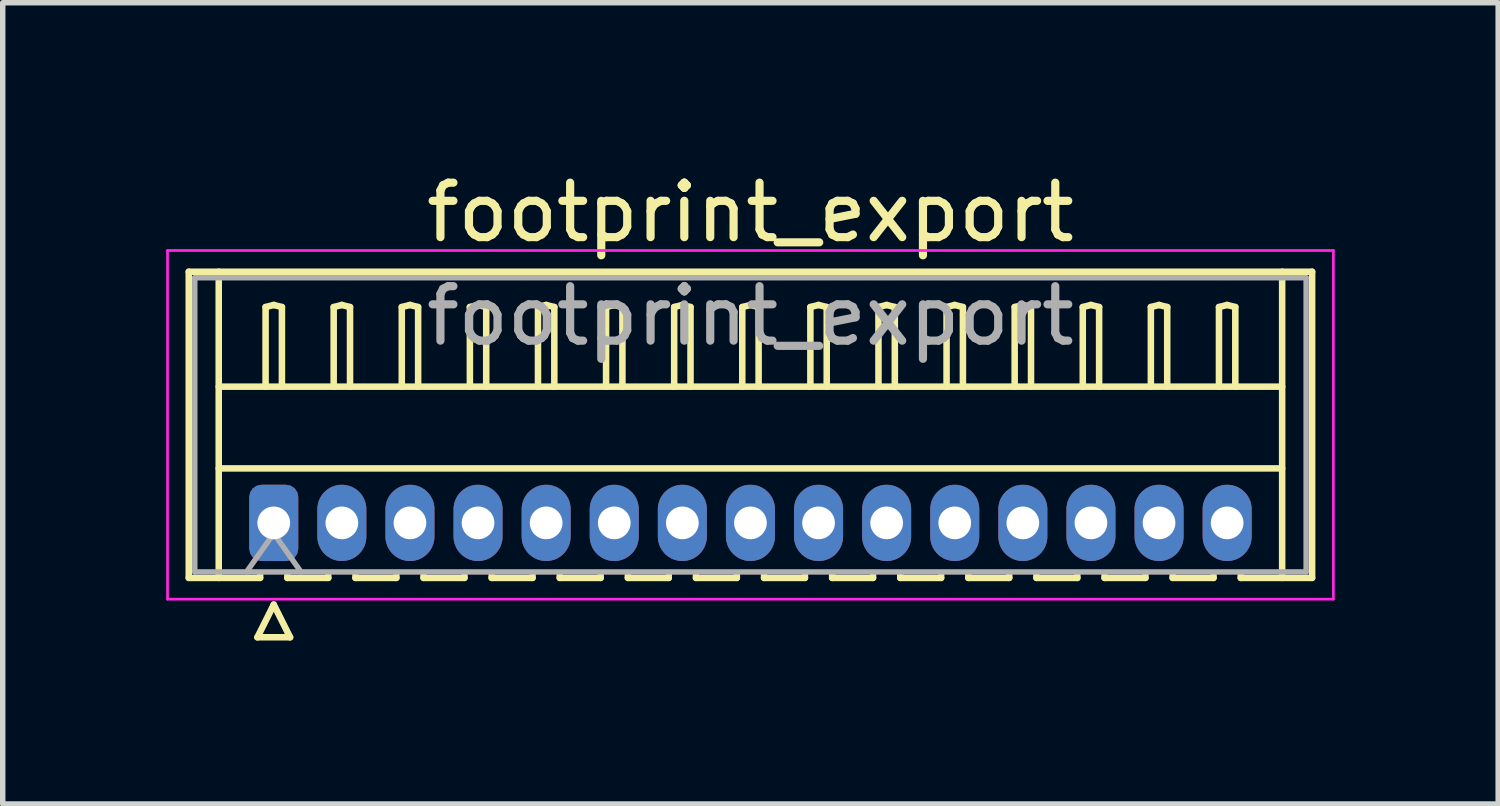
<source format=kicad_pcb>
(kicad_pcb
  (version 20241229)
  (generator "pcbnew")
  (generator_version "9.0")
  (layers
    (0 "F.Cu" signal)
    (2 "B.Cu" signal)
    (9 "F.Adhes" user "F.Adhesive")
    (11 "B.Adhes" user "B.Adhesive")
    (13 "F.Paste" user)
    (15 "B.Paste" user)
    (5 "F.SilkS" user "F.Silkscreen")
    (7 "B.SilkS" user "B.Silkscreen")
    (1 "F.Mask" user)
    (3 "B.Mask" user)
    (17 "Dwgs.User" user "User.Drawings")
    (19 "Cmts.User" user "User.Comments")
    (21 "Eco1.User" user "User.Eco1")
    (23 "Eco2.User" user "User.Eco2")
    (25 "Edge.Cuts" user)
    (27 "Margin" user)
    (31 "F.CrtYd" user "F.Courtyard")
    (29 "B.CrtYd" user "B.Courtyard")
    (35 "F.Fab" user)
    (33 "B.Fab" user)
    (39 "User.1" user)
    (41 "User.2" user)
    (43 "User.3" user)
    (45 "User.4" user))
  (footprint "footprint_export"
    (layer "F.Cu")
    (at 1.975 6.548)
    (property "Reference" "footprint_export" (at 8.75 -5.7 0) (layer "F.SilkS") (effects (font (size 1 1) (thickness 0.15))))
    (attr through_hole)
    (fp_line (start -1.56 -4.61) (end 19.06 -4.61) (stroke (width 0.12) (type solid)) (layer "F.SilkS"))
    (fp_line (start -1.56 1.01) (end -1.56 -4.61) (stroke (width 0.12) (type solid)) (layer "F.SilkS"))
    (fp_line (start -1.01 -4.61) (end -1.01 1.01) (stroke (width 0.12) (type solid)) (layer "F.SilkS"))
    (fp_line (start -1.01 -2.5) (end 18.51 -2.5) (stroke (width 0.12) (type solid)) (layer "F.SilkS"))
    (fp_line (start -1.01 -1) (end 18.51 -1) (stroke (width 0.12) (type solid)) (layer "F.SilkS"))
    (fp_line (start -0.3 2.1) (end 0.3 2.1) (stroke (width 0.12) (type solid)) (layer "F.SilkS"))
    (fp_line (start -0.25 0.96) (end -0.25 1.01) (stroke (width 0.12) (type solid)) (layer "F.SilkS"))
    (fp_line (start -0.25 1.01) (end -1.56 1.01) (stroke (width 0.12) (type solid)) (layer "F.SilkS"))
    (fp_line (start -0.15 -3.962) (end 0 -4) (stroke (width 0.12) (type solid)) (layer "F.SilkS"))
    (fp_line (start -0.15 -2.5) (end -0.15 -3.962) (stroke (width 0.12) (type solid)) (layer "F.SilkS"))
    (fp_line (start 0 -4) (end 0.15 -3.962) (stroke (width 0.12) (type solid)) (layer "F.SilkS"))
    (fp_line (start 0 1.5) (end -0.3 2.1) (stroke (width 0.12) (type solid)) (layer "F.SilkS"))
    (fp_line (start 0.15 -3.962) (end 0.15 -2.5) (stroke (width 0.12) (type solid)) (layer "F.SilkS"))
    (fp_line (start 0.25 0.96) (end 0.25 1.01) (stroke (width 0.12) (type solid)) (layer "F.SilkS"))
    (fp_line (start 0.25 1.01) (end 1 1.01) (stroke (width 0.12) (type solid)) (layer "F.SilkS"))
    (fp_line (start 0.3 2.1) (end 0 1.5) (stroke (width 0.12) (type solid)) (layer "F.SilkS"))
    (fp_line (start 1 1.01) (end 1 0.96) (stroke (width 0.12) (type solid)) (layer "F.SilkS"))
    (fp_line (start 1.1 -3.962) (end 1.25 -4) (stroke (width 0.12) (type solid)) (layer "F.SilkS"))
    (fp_line (start 1.1 -2.5) (end 1.1 -3.962) (stroke (width 0.12) (type solid)) (layer "F.SilkS"))
    (fp_line (start 1.25 -4) (end 1.4 -3.962) (stroke (width 0.12) (type solid)) (layer "F.SilkS"))
    (fp_line (start 1.4 -3.962) (end 1.4 -2.5) (stroke (width 0.12) (type solid)) (layer "F.SilkS"))
    (fp_line (start 1.5 0.96) (end 1.5 1.01) (stroke (width 0.12) (type solid)) (layer "F.SilkS"))
    (fp_line (start 1.5 1.01) (end 2.25 1.01) (stroke (width 0.12) (type solid)) (layer "F.SilkS"))
    (fp_line (start 2.25 1.01) (end 2.25 0.96) (stroke (width 0.12) (type solid)) (layer "F.SilkS"))
    (fp_line (start 2.35 -3.962) (end 2.5 -4) (stroke (width 0.12) (type solid)) (layer "F.SilkS"))
    (fp_line (start 2.35 -2.5) (end 2.35 -3.962) (stroke (width 0.12) (type solid)) (layer "F.SilkS"))
    (fp_line (start 2.5 -4) (end 2.65 -3.962) (stroke (width 0.12) (type solid)) (layer "F.SilkS"))
    (fp_line (start 2.65 -3.962) (end 2.65 -2.5) (stroke (width 0.12) (type solid)) (layer "F.SilkS"))
    (fp_line (start 2.75 0.96) (end 2.75 1.01) (stroke (width 0.12) (type solid)) (layer "F.SilkS"))
    (fp_line (start 2.75 1.01) (end 3.5 1.01) (stroke (width 0.12) (type solid)) (layer "F.SilkS"))
    (fp_line (start 3.5 1.01) (end 3.5 0.96) (stroke (width 0.12) (type solid)) (layer "F.SilkS"))
    (fp_line (start 3.6 -3.962) (end 3.75 -4) (stroke (width 0.12) (type solid)) (layer "F.SilkS"))
    (fp_line (start 3.6 -2.5) (end 3.6 -3.962) (stroke (width 0.12) (type solid)) (layer "F.SilkS"))
    (fp_line (start 3.75 -4) (end 3.9 -3.962) (stroke (width 0.12) (type solid)) (layer "F.SilkS"))
    (fp_line (start 3.9 -3.962) (end 3.9 -2.5) (stroke (width 0.12) (type solid)) (layer "F.SilkS"))
    (fp_line (start 4 0.96) (end 4 1.01) (stroke (width 0.12) (type solid)) (layer "F.SilkS"))
    (fp_line (start 4 1.01) (end 4.75 1.01) (stroke (width 0.12) (type solid)) (layer "F.SilkS"))
    (fp_line (start 4.75 1.01) (end 4.75 0.96) (stroke (width 0.12) (type solid)) (layer "F.SilkS"))
    (fp_line (start 4.85 -3.962) (end 5 -4) (stroke (width 0.12) (type solid)) (layer "F.SilkS"))
    (fp_line (start 4.85 -2.5) (end 4.85 -3.962) (stroke (width 0.12) (type solid)) (layer "F.SilkS"))
    (fp_line (start 5 -4) (end 5.15 -3.962) (stroke (width 0.12) (type solid)) (layer "F.SilkS"))
    (fp_line (start 5.15 -3.962) (end 5.15 -2.5) (stroke (width 0.12) (type solid)) (layer "F.SilkS"))
    (fp_line (start 5.25 0.96) (end 5.25 1.01) (stroke (width 0.12) (type solid)) (layer "F.SilkS"))
    (fp_line (start 5.25 1.01) (end 6 1.01) (stroke (width 0.12) (type solid)) (layer "F.SilkS"))
    (fp_line (start 6 1.01) (end 6 0.96) (stroke (width 0.12) (type solid)) (layer "F.SilkS"))
    (fp_line (start 6.1 -3.962) (end 6.25 -4) (stroke (width 0.12) (type solid)) (layer "F.SilkS"))
    (fp_line (start 6.1 -2.5) (end 6.1 -3.962) (stroke (width 0.12) (type solid)) (layer "F.SilkS"))
    (fp_line (start 6.25 -4) (end 6.4 -3.962) (stroke (width 0.12) (type solid)) (layer "F.SilkS"))
    (fp_line (start 6.4 -3.962) (end 6.4 -2.5) (stroke (width 0.12) (type solid)) (layer "F.SilkS"))
    (fp_line (start 6.5 0.96) (end 6.5 1.01) (stroke (width 0.12) (type solid)) (layer "F.SilkS"))
    (fp_line (start 6.5 1.01) (end 7.25 1.01) (stroke (width 0.12) (type solid)) (layer "F.SilkS"))
    (fp_line (start 7.25 1.01) (end 7.25 0.96) (stroke (width 0.12) (type solid)) (layer "F.SilkS"))
    (fp_line (start 7.35 -3.962) (end 7.5 -4) (stroke (width 0.12) (type solid)) (layer "F.SilkS"))
    (fp_line (start 7.35 -2.5) (end 7.35 -3.962) (stroke (width 0.12) (type solid)) (layer "F.SilkS"))
    (fp_line (start 7.5 -4) (end 7.65 -3.962) (stroke (width 0.12) (type solid)) (layer "F.SilkS"))
    (fp_line (start 7.65 -3.962) (end 7.65 -2.5) (stroke (width 0.12) (type solid)) (layer "F.SilkS"))
    (fp_line (start 7.75 0.96) (end 7.75 1.01) (stroke (width 0.12) (type solid)) (layer "F.SilkS"))
    (fp_line (start 7.75 1.01) (end 8.5 1.01) (stroke (width 0.12) (type solid)) (layer "F.SilkS"))
    (fp_line (start 8.5 1.01) (end 8.5 0.96) (stroke (width 0.12) (type solid)) (layer "F.SilkS"))
    (fp_line (start 8.6 -3.962) (end 8.75 -4) (stroke (width 0.12) (type solid)) (layer "F.SilkS"))
    (fp_line (start 8.6 -2.5) (end 8.6 -3.962) (stroke (width 0.12) (type solid)) (layer "F.SilkS"))
    (fp_line (start 8.75 -4) (end 8.9 -3.962) (stroke (width 0.12) (type solid)) (layer "F.SilkS"))
    (fp_line (start 8.9 -3.962) (end 8.9 -2.5) (stroke (width 0.12) (type solid)) (layer "F.SilkS"))
    (fp_line (start 9 0.96) (end 9 1.01) (stroke (width 0.12) (type solid)) (layer "F.SilkS"))
    (fp_line (start 9 1.01) (end 9.75 1.01) (stroke (width 0.12) (type solid)) (layer "F.SilkS"))
    (fp_line (start 9.75 1.01) (end 9.75 0.96) (stroke (width 0.12) (type solid)) (layer "F.SilkS"))
    (fp_line (start 9.85 -3.962) (end 10 -4) (stroke (width 0.12) (type solid)) (layer "F.SilkS"))
    (fp_line (start 9.85 -2.5) (end 9.85 -3.962) (stroke (width 0.12) (type solid)) (layer "F.SilkS"))
    (fp_line (start 10 -4) (end 10.15 -3.962) (stroke (width 0.12) (type solid)) (layer "F.SilkS"))
    (fp_line (start 10.15 -3.962) (end 10.15 -2.5) (stroke (width 0.12) (type solid)) (layer "F.SilkS"))
    (fp_line (start 10.25 0.96) (end 10.25 1.01) (stroke (width 0.12) (type solid)) (layer "F.SilkS"))
    (fp_line (start 10.25 1.01) (end 11 1.01) (stroke (width 0.12) (type solid)) (layer "F.SilkS"))
    (fp_line (start 11 1.01) (end 11 0.96) (stroke (width 0.12) (type solid)) (layer "F.SilkS"))
    (fp_line (start 11.1 -3.962) (end 11.25 -4) (stroke (width 0.12) (type solid)) (layer "F.SilkS"))
    (fp_line (start 11.1 -2.5) (end 11.1 -3.962) (stroke (width 0.12) (type solid)) (layer "F.SilkS"))
    (fp_line (start 11.25 -4) (end 11.4 -3.962) (stroke (width 0.12) (type solid)) (layer "F.SilkS"))
    (fp_line (start 11.4 -3.962) (end 11.4 -2.5) (stroke (width 0.12) (type solid)) (layer "F.SilkS"))
    (fp_line (start 11.5 0.96) (end 11.5 1.01) (stroke (width 0.12) (type solid)) (layer "F.SilkS"))
    (fp_line (start 11.5 1.01) (end 12.25 1.01) (stroke (width 0.12) (type solid)) (layer "F.SilkS"))
    (fp_line (start 12.25 1.01) (end 12.25 0.96) (stroke (width 0.12) (type solid)) (layer "F.SilkS"))
    (fp_line (start 12.35 -3.962) (end 12.5 -4) (stroke (width 0.12) (type solid)) (layer "F.SilkS"))
    (fp_line (start 12.35 -2.5) (end 12.35 -3.962) (stroke (width 0.12) (type solid)) (layer "F.SilkS"))
    (fp_line (start 12.5 -4) (end 12.65 -3.962) (stroke (width 0.12) (type solid)) (layer "F.SilkS"))
    (fp_line (start 12.65 -3.962) (end 12.65 -2.5) (stroke (width 0.12) (type solid)) (layer "F.SilkS"))
    (fp_line (start 12.75 0.96) (end 12.75 1.01) (stroke (width 0.12) (type solid)) (layer "F.SilkS"))
    (fp_line (start 12.75 1.01) (end 13.5 1.01) (stroke (width 0.12) (type solid)) (layer "F.SilkS"))
    (fp_line (start 13.5 1.01) (end 13.5 0.96) (stroke (width 0.12) (type solid)) (layer "F.SilkS"))
    (fp_line (start 13.6 -3.962) (end 13.75 -4) (stroke (width 0.12) (type solid)) (layer "F.SilkS"))
    (fp_line (start 13.6 -2.5) (end 13.6 -3.962) (stroke (width 0.12) (type solid)) (layer "F.SilkS"))
    (fp_line (start 13.75 -4) (end 13.9 -3.962) (stroke (width 0.12) (type solid)) (layer "F.SilkS"))
    (fp_line (start 13.9 -3.962) (end 13.9 -2.5) (stroke (width 0.12) (type solid)) (layer "F.SilkS"))
    (fp_line (start 14 0.96) (end 14 1.01) (stroke (width 0.12) (type solid)) (layer "F.SilkS"))
    (fp_line (start 14 1.01) (end 14.75 1.01) (stroke (width 0.12) (type solid)) (layer "F.SilkS"))
    (fp_line (start 14.75 1.01) (end 14.75 0.96) (stroke (width 0.12) (type solid)) (layer "F.SilkS"))
    (fp_line (start 14.85 -3.962) (end 15 -4) (stroke (width 0.12) (type solid)) (layer "F.SilkS"))
    (fp_line (start 14.85 -2.5) (end 14.85 -3.962) (stroke (width 0.12) (type solid)) (layer "F.SilkS"))
    (fp_line (start 15 -4) (end 15.15 -3.962) (stroke (width 0.12) (type solid)) (layer "F.SilkS"))
    (fp_line (start 15.15 -3.962) (end 15.15 -2.5) (stroke (width 0.12) (type solid)) (layer "F.SilkS"))
    (fp_line (start 15.25 0.96) (end 15.25 1.01) (stroke (width 0.12) (type solid)) (layer "F.SilkS"))
    (fp_line (start 15.25 1.01) (end 16 1.01) (stroke (width 0.12) (type solid)) (layer "F.SilkS"))
    (fp_line (start 16 1.01) (end 16 0.96) (stroke (width 0.12) (type solid)) (layer "F.SilkS"))
    (fp_line (start 16.1 -3.962) (end 16.25 -4) (stroke (width 0.12) (type solid)) (layer "F.SilkS"))
    (fp_line (start 16.1 -2.5) (end 16.1 -3.962) (stroke (width 0.12) (type solid)) (layer "F.SilkS"))
    (fp_line (start 16.25 -4) (end 16.4 -3.962) (stroke (width 0.12) (type solid)) (layer "F.SilkS"))
    (fp_line (start 16.4 -3.962) (end 16.4 -2.5) (stroke (width 0.12) (type solid)) (layer "F.SilkS"))
    (fp_line (start 16.5 0.96) (end 16.5 1.01) (stroke (width 0.12) (type solid)) (layer "F.SilkS"))
    (fp_line (start 16.5 1.01) (end 17.25 1.01) (stroke (width 0.12) (type solid)) (layer "F.SilkS"))
    (fp_line (start 17.25 1.01) (end 17.25 0.96) (stroke (width 0.12) (type solid)) (layer "F.SilkS"))
    (fp_line (start 17.35 -3.962) (end 17.5 -4) (stroke (width 0.12) (type solid)) (layer "F.SilkS"))
    (fp_line (start 17.35 -2.5) (end 17.35 -3.962) (stroke (width 0.12) (type solid)) (layer "F.SilkS"))
    (fp_line (start 17.5 -4) (end 17.65 -3.962) (stroke (width 0.12) (type solid)) (layer "F.SilkS"))
    (fp_line (start 17.65 -3.962) (end 17.65 -2.5) (stroke (width 0.12) (type solid)) (layer "F.SilkS"))
    (fp_line (start 17.75 1.01) (end 17.75 0.96) (stroke (width 0.12) (type solid)) (layer "F.SilkS"))
    (fp_line (start 18.51 -4.61) (end 18.51 1.01) (stroke (width 0.12) (type solid)) (layer "F.SilkS"))
    (fp_line (start 19.06 -4.61) (end 19.06 1.01) (stroke (width 0.12) (type solid)) (layer "F.SilkS"))
    (fp_line (start 19.06 1.01) (end 17.75 1.01) (stroke (width 0.12) (type solid)) (layer "F.SilkS"))
    (fp_line (start -1.95 -5) (end -1.95 1.4) (stroke (width 0.05) (type solid)) (layer "F.CrtYd"))
    (fp_line (start -1.95 1.4) (end 19.45 1.4) (stroke (width 0.05) (type solid)) (layer "F.CrtYd"))
    (fp_line (start 19.45 -5) (end -1.95 -5) (stroke (width 0.05) (type solid)) (layer "F.CrtYd"))
    (fp_line (start 19.45 1.4) (end 19.45 -5) (stroke (width 0.05) (type solid)) (layer "F.CrtYd"))
    (fp_line (start -1.45 -4.5) (end -1.45 0.9) (stroke (width 0.1) (type solid)) (layer "F.Fab"))
    (fp_line (start -1.45 0.9) (end 18.95 0.9) (stroke (width 0.1) (type solid)) (layer "F.Fab"))
    (fp_line (start -0.5 0.9) (end 0 0.193) (stroke (width 0.1) (type solid)) (layer "F.Fab"))
    (fp_line (start 0 0.193) (end 0.5 0.9) (stroke (width 0.1) (type solid)) (layer "F.Fab"))
    (fp_line (start 18.95 -4.5) (end -1.45 -4.5) (stroke (width 0.1) (type solid)) (layer "F.Fab"))
    (fp_line (start 18.95 0.9) (end 18.95 -4.5) (stroke (width 0.1) (type solid)) (layer "F.Fab"))
    (fp_text user "${REFERENCE}" (at 8.75 -3.8 0) (layer "F.Fab") (effects (font (size 1 1) (thickness 0.15))))
    (pad "1" thru_hole roundrect (at 0 0) (size 0.9 1.4) (drill 0.6) (layers "*.Cu" "*.Mask") (roundrect_rratio 0.25))
    (pad "2" thru_hole oval (at 1.25 0) (size 0.9 1.4) (drill 0.6) (layers "*.Cu" "*.Mask"))
    (pad "3" thru_hole oval (at 2.5 0) (size 0.9 1.4) (drill 0.6) (layers "*.Cu" "*.Mask"))
    (pad "4" thru_hole oval (at 3.75 0) (size 0.9 1.4) (drill 0.6) (layers "*.Cu" "*.Mask"))
    (pad "5" thru_hole oval (at 5 0) (size 0.9 1.4) (drill 0.6) (layers "*.Cu" "*.Mask"))
    (pad "6" thru_hole oval (at 6.25 0) (size 0.9 1.4) (drill 0.6) (layers "*.Cu" "*.Mask"))
    (pad "7" thru_hole oval (at 7.5 0) (size 0.9 1.4) (drill 0.6) (layers "*.Cu" "*.Mask"))
    (pad "8" thru_hole oval (at 8.75 0) (size 0.9 1.4) (drill 0.6) (layers "*.Cu" "*.Mask"))
    (pad "9" thru_hole oval (at 10 0) (size 0.9 1.4) (drill 0.6) (layers "*.Cu" "*.Mask"))
    (pad "10" thru_hole oval (at 11.25 0) (size 0.9 1.4) (drill 0.6) (layers "*.Cu" "*.Mask"))
    (pad "11" thru_hole oval (at 12.5 0) (size 0.9 1.4) (drill 0.6) (layers "*.Cu" "*.Mask"))
    (pad "12" thru_hole oval (at 13.75 0) (size 0.9 1.4) (drill 0.6) (layers "*.Cu" "*.Mask"))
    (pad "13" thru_hole oval (at 15 0) (size 0.9 1.4) (drill 0.6) (layers "*.Cu" "*.Mask"))
    (pad "14" thru_hole oval (at 16.25 0) (size 0.9 1.4) (drill 0.6) (layers "*.Cu" "*.Mask"))
    (pad "15" thru_hole oval (at 17.5 0) (size 0.9 1.4) (drill 0.6) (layers "*.Cu" "*.Mask")))
  (gr_rect
    (start -3 -3)
    (end 24.45 11.708)
    (stroke (width 0.1) (type default))
    (fill no)
    (layer "Edge.Cuts")))
</source>
